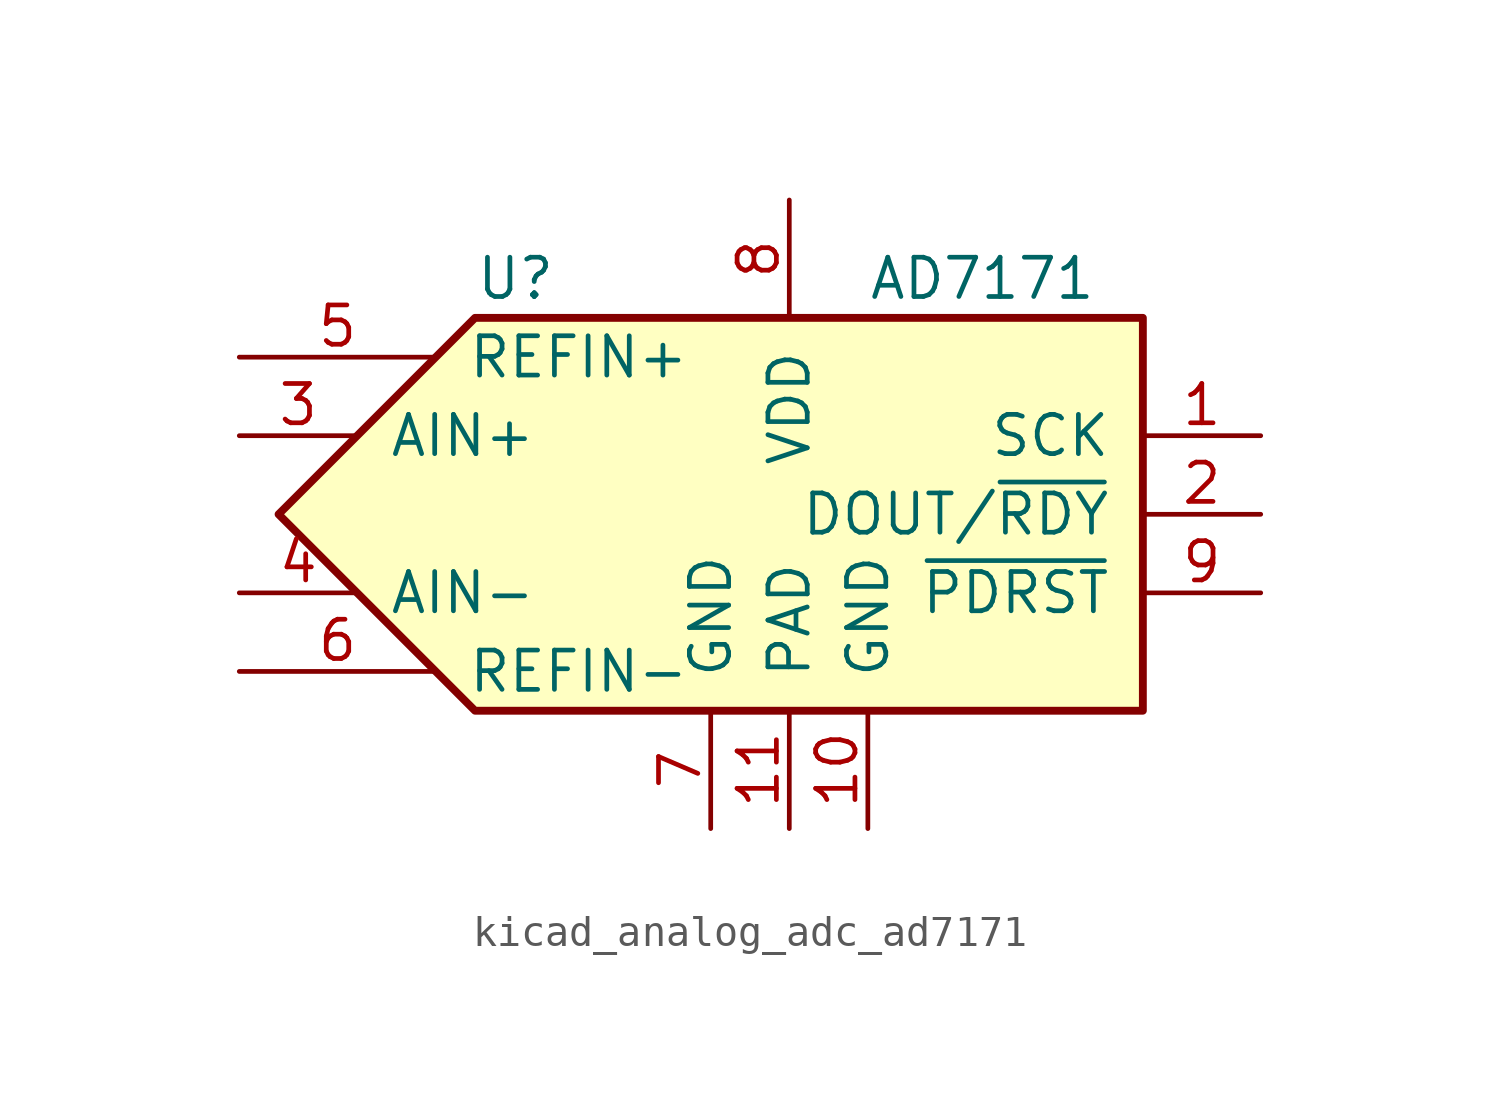
<source format=kicad_sym>
(kicad_symbol_lib
  (version 20220914)
  (generator kicad_symbol_editor)
  (symbol "kicad_analog_adc_ad7171"
    (pin_names
      (offset 1.016))
    (property "Reference" "U"
      (at -10.16 7.62 0)
      (effects (font (size 1.27 1.27)) (justify left)))
    (property "Value" "AD7171"
      (at 2.54 7.62 0)
      (effects (font (size 1.27 1.27)) (justify left)))
    (symbol "kicad_analog_adc_ad7171_0_1"
      (polyline (pts (xy 11.43 6.35) (xy -10.16 6.35) (xy -16.51 0) (xy -10.16 -6.35) (xy 11.43 -6.35) (xy 11.43 6.35)) (stroke (width 0.254) (type default)) (fill (type background))))
    (symbol "kicad_analog_adc_ad7171_1_1"
      (pin input line (at 15.24 2.54 180) (length 3.81) (name "SCK" (effects (font (size 1.27 1.27)))) (number "1" (effects (font (size 1.27 1.27)))))
      (pin power_in line (at 2.54 -10.16 90) (length 3.81) (name "GND" (effects (font (size 1.27 1.27)))) (number "10" (effects (font (size 1.27 1.27)))))
      (pin power_in line (at 0 -10.16 90) (length 3.81) (name "PAD" (effects (font (size 1.27 1.27)))) (number "11" (effects (font (size 1.27 1.27)))))
      (pin tri_state line (at 15.24 0 180) (length 3.81) (name "DOUT/~{RDY}" (effects (font (size 1.27 1.27)))) (number "2" (effects (font (size 1.27 1.27)))))
      (pin passive line (at -17.78 2.54 0) (length 3.81) (name "AIN+" (effects (font (size 1.27 1.27)))) (number "3" (effects (font (size 1.27 1.27)))))
      (pin passive line (at -17.78 -2.54 0) (length 3.81) (name "AIN-" (effects (font (size 1.27 1.27)))) (number "4" (effects (font (size 1.27 1.27)))))
      (pin passive line (at -17.78 5.08 0) (length 6.35) (name "REFIN+" (effects (font (size 1.27 1.27)))) (number "5" (effects (font (size 1.27 1.27)))))
      (pin passive line (at -17.78 -5.08 0) (length 6.35) (name "REFIN-" (effects (font (size 1.27 1.27)))) (number "6" (effects (font (size 1.27 1.27)))))
      (pin power_in line (at -2.54 -10.16 90) (length 3.81) (name "GND" (effects (font (size 1.27 1.27)))) (number "7" (effects (font (size 1.27 1.27)))))
      (pin power_in line (at 0 10.16 270) (length 3.81) (name "VDD" (effects (font (size 1.27 1.27)))) (number "8" (effects (font (size 1.27 1.27)))))
      (pin input line (at 15.24 -2.54 180) (length 3.81) (name "~{PDRST}" (effects (font (size 1.27 1.27)))) (number "9" (effects (font (size 1.27 1.27))))))))
</source>
